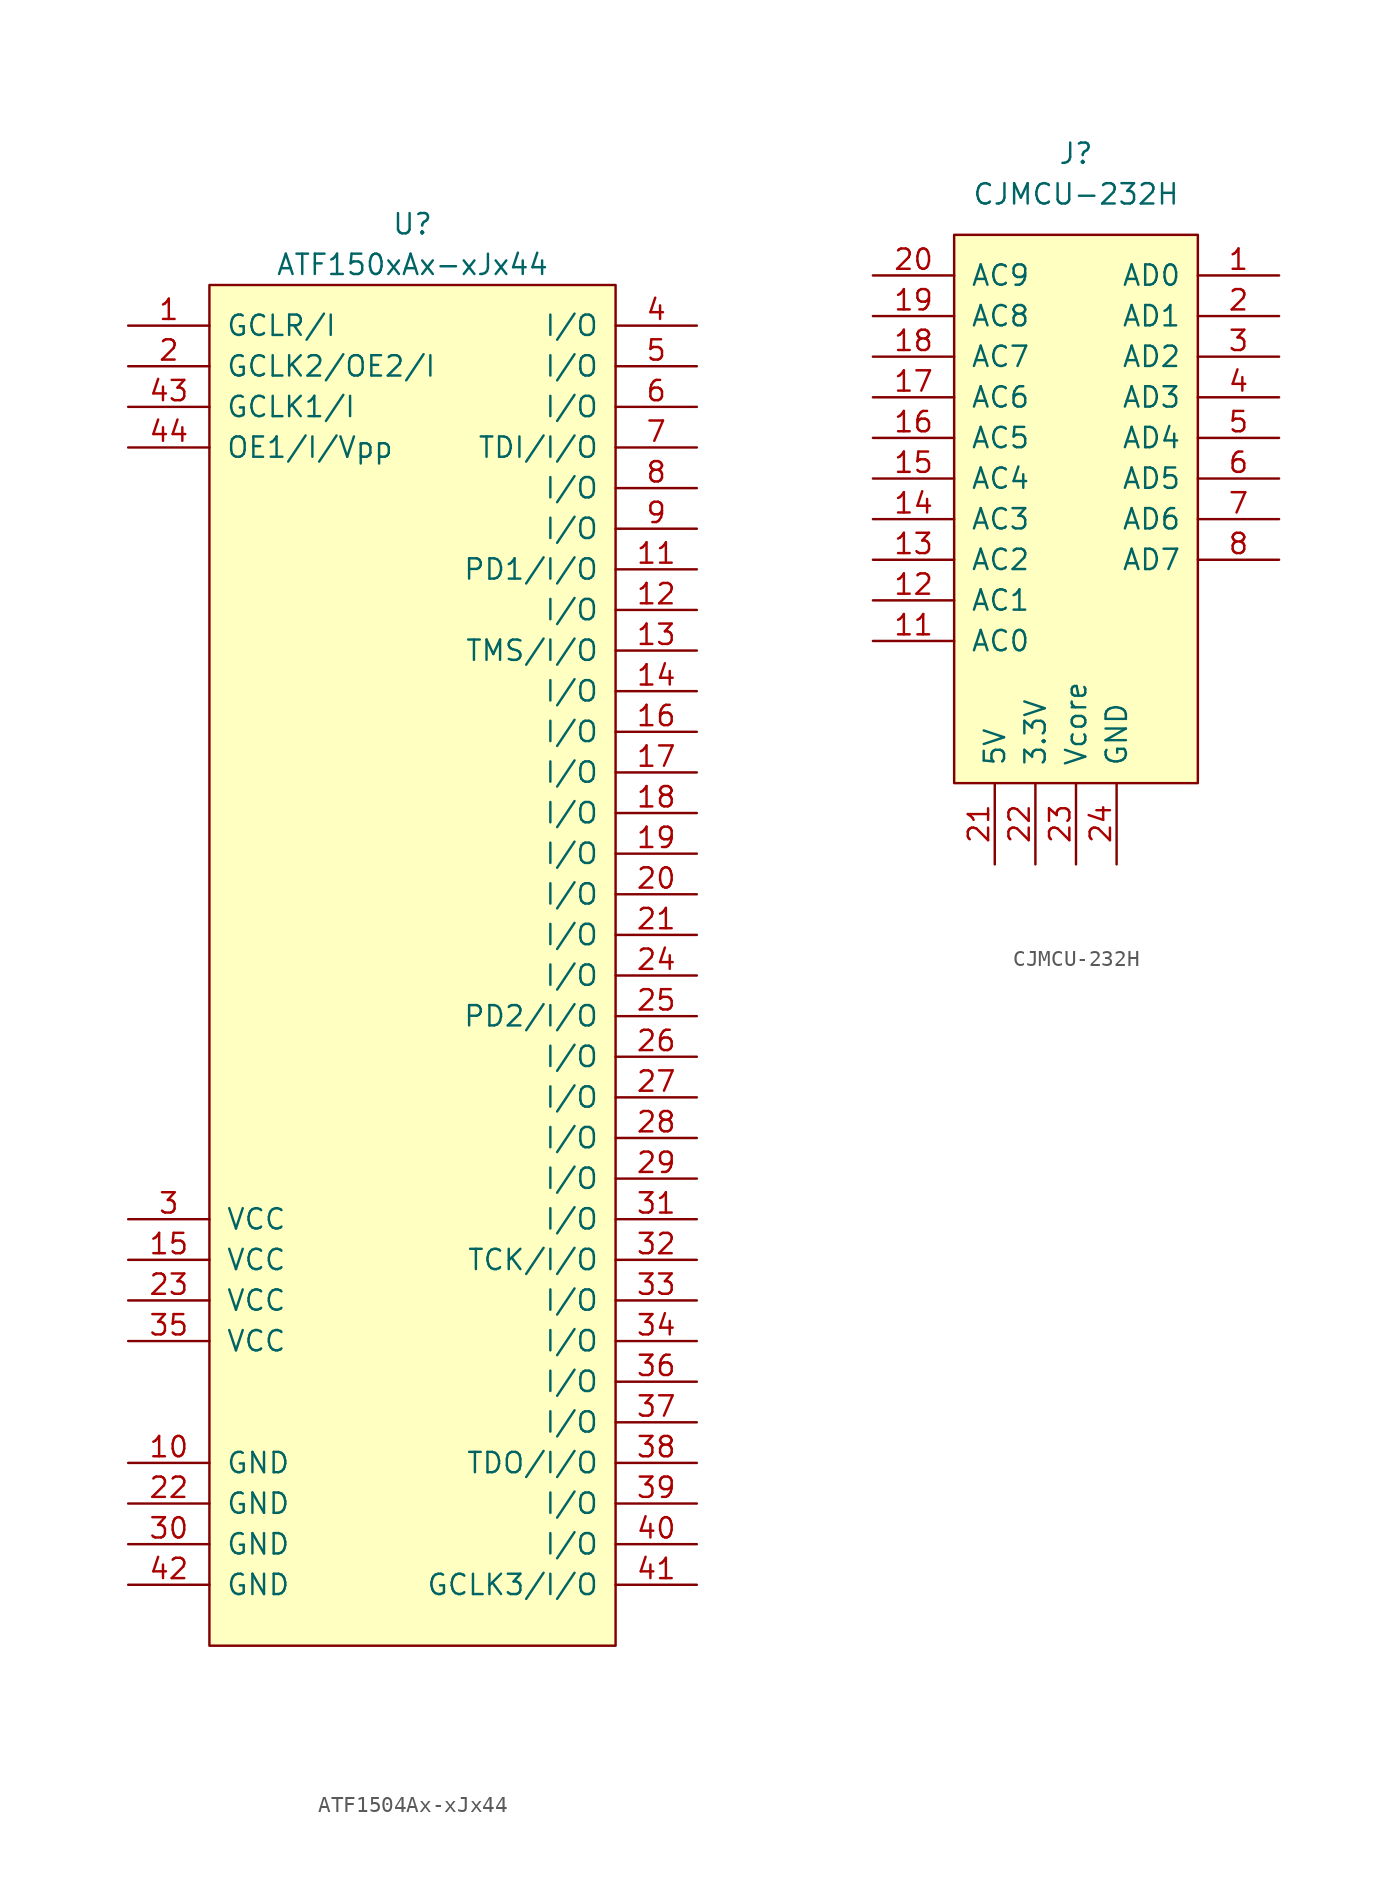
<source format=kicad_sym>
(kicad_symbol_lib
  (version 20231120)
  (generator "kicad_symbol_editor")
  (generator_version "8.0")
  (symbol "ATF1504Ax-xJx44"
    (pin_names
      (offset 1.016))
    (property "Reference" "U"
      (at 0 53.34 0)
      (effects (font (size 1.27 1.27))))
    (property "Value" "ATF150xAx-xJx44"
      (at 0 50.8 0)
      (effects (font (size 1.27 1.27))))
    (symbol "ATF1504Ax-xJx44_0_1"
      (rectangle (start 12.7 49.53) (end -12.7 -35.56) (stroke (width 0) (type solid)) (fill (type background))))
    (symbol "ATF1504Ax-xJx44_1_1"
      (pin input line (at -17.78 46.99 0) (length 5.08) (name "GCLR/I" (effects (font (size 1.27 1.27)))) (number "1" (effects (font (size 1.27 1.27)))))
      (pin power_in line (at -17.78 -24.13 0) (length 5.08) (name "GND" (effects (font (size 1.27 1.27)))) (number "10" (effects (font (size 1.27 1.27)))))
      (pin bidirectional line (at 17.78 31.75 180) (length 5.08) (name "PD1/I/O" (effects (font (size 1.27 1.27)))) (number "11" (effects (font (size 1.27 1.27)))))
      (pin bidirectional line (at 17.78 29.21 180) (length 5.08) (name "I/O" (effects (font (size 1.27 1.27)))) (number "12" (effects (font (size 1.27 1.27)))))
      (pin bidirectional line (at 17.78 26.67 180) (length 5.08) (name "TMS/I/O" (effects (font (size 1.27 1.27)))) (number "13" (effects (font (size 1.27 1.27)))))
      (pin bidirectional line (at 17.78 24.13 180) (length 5.08) (name "I/O" (effects (font (size 1.27 1.27)))) (number "14" (effects (font (size 1.27 1.27)))))
      (pin power_in line (at -17.78 -11.43 0) (length 5.08) (name "VCC" (effects (font (size 1.27 1.27)))) (number "15" (effects (font (size 1.27 1.27)))))
      (pin bidirectional line (at 17.78 21.59 180) (length 5.08) (name "I/O" (effects (font (size 1.27 1.27)))) (number "16" (effects (font (size 1.27 1.27)))))
      (pin bidirectional line (at 17.78 19.05 180) (length 5.08) (name "I/O" (effects (font (size 1.27 1.27)))) (number "17" (effects (font (size 1.27 1.27)))))
      (pin bidirectional line (at 17.78 16.51 180) (length 5.08) (name "I/O" (effects (font (size 1.27 1.27)))) (number "18" (effects (font (size 1.27 1.27)))))
      (pin bidirectional line (at 17.78 13.97 180) (length 5.08) (name "I/O" (effects (font (size 1.27 1.27)))) (number "19" (effects (font (size 1.27 1.27)))))
      (pin input line (at -17.78 44.45 0) (length 5.08) (name "GCLK2/OE2/I" (effects (font (size 1.27 1.27)))) (number "2" (effects (font (size 1.27 1.27)))))
      (pin bidirectional line (at 17.78 11.43 180) (length 5.08) (name "I/O" (effects (font (size 1.27 1.27)))) (number "20" (effects (font (size 1.27 1.27)))))
      (pin bidirectional line (at 17.78 8.89 180) (length 5.08) (name "I/O" (effects (font (size 1.27 1.27)))) (number "21" (effects (font (size 1.27 1.27)))))
      (pin power_in line (at -17.78 -26.67 0) (length 5.08) (name "GND" (effects (font (size 1.27 1.27)))) (number "22" (effects (font (size 1.27 1.27)))))
      (pin power_in line (at -17.78 -13.97 0) (length 5.08) (name "VCC" (effects (font (size 1.27 1.27)))) (number "23" (effects (font (size 1.27 1.27)))))
      (pin bidirectional line (at 17.78 6.35 180) (length 5.08) (name "I/O" (effects (font (size 1.27 1.27)))) (number "24" (effects (font (size 1.27 1.27)))))
      (pin bidirectional line (at 17.78 3.81 180) (length 5.08) (name "PD2/I/O" (effects (font (size 1.27 1.27)))) (number "25" (effects (font (size 1.27 1.27)))))
      (pin bidirectional line (at 17.78 1.27 180) (length 5.08) (name "I/O" (effects (font (size 1.27 1.27)))) (number "26" (effects (font (size 1.27 1.27)))))
      (pin bidirectional line (at 17.78 -1.27 180) (length 5.08) (name "I/O" (effects (font (size 1.27 1.27)))) (number "27" (effects (font (size 1.27 1.27)))))
      (pin bidirectional line (at 17.78 -3.81 180) (length 5.08) (name "I/O" (effects (font (size 1.27 1.27)))) (number "28" (effects (font (size 1.27 1.27)))))
      (pin bidirectional line (at 17.78 -6.35 180) (length 5.08) (name "I/O" (effects (font (size 1.27 1.27)))) (number "29" (effects (font (size 1.27 1.27)))))
      (pin power_in line (at -17.78 -8.89 0) (length 5.08) (name "VCC" (effects (font (size 1.27 1.27)))) (number "3" (effects (font (size 1.27 1.27)))))
      (pin power_in line (at -17.78 -29.21 0) (length 5.08) (name "GND" (effects (font (size 1.27 1.27)))) (number "30" (effects (font (size 1.27 1.27)))))
      (pin bidirectional line (at 17.78 -8.89 180) (length 5.08) (name "I/O" (effects (font (size 1.27 1.27)))) (number "31" (effects (font (size 1.27 1.27)))))
      (pin bidirectional line (at 17.78 -11.43 180) (length 5.08) (name "TCK/I/O" (effects (font (size 1.27 1.27)))) (number "32" (effects (font (size 1.27 1.27)))))
      (pin bidirectional line (at 17.78 -13.97 180) (length 5.08) (name "I/O" (effects (font (size 1.27 1.27)))) (number "33" (effects (font (size 1.27 1.27)))))
      (pin bidirectional line (at 17.78 -16.51 180) (length 5.08) (name "I/O" (effects (font (size 1.27 1.27)))) (number "34" (effects (font (size 1.27 1.27)))))
      (pin power_in line (at -17.78 -16.51 0) (length 5.08) (name "VCC" (effects (font (size 1.27 1.27)))) (number "35" (effects (font (size 1.27 1.27)))))
      (pin bidirectional line (at 17.78 -19.05 180) (length 5.08) (name "I/O" (effects (font (size 1.27 1.27)))) (number "36" (effects (font (size 1.27 1.27)))))
      (pin bidirectional line (at 17.78 -21.59 180) (length 5.08) (name "I/O" (effects (font (size 1.27 1.27)))) (number "37" (effects (font (size 1.27 1.27)))))
      (pin bidirectional line (at 17.78 -24.13 180) (length 5.08) (name "TDO/I/O" (effects (font (size 1.27 1.27)))) (number "38" (effects (font (size 1.27 1.27)))))
      (pin bidirectional line (at 17.78 -26.67 180) (length 5.08) (name "I/O" (effects (font (size 1.27 1.27)))) (number "39" (effects (font (size 1.27 1.27)))))
      (pin bidirectional line (at 17.78 46.99 180) (length 5.08) (name "I/O" (effects (font (size 1.27 1.27)))) (number "4" (effects (font (size 1.27 1.27)))))
      (pin bidirectional line (at 17.78 -29.21 180) (length 5.08) (name "I/O" (effects (font (size 1.27 1.27)))) (number "40" (effects (font (size 1.27 1.27)))))
      (pin bidirectional line (at 17.78 -31.75 180) (length 5.08) (name "GCLK3/I/O" (effects (font (size 1.27 1.27)))) (number "41" (effects (font (size 1.27 1.27)))))
      (pin power_in line (at -17.78 -31.75 0) (length 5.08) (name "GND" (effects (font (size 1.27 1.27)))) (number "42" (effects (font (size 1.27 1.27)))))
      (pin input line (at -17.78 41.91 0) (length 5.08) (name "GCLK1/I" (effects (font (size 1.27 1.27)))) (number "43" (effects (font (size 1.27 1.27)))))
      (pin input line (at -17.78 39.37 0) (length 5.08) (name "OE1/I/Vpp" (effects (font (size 1.27 1.27)))) (number "44" (effects (font (size 1.27 1.27)))))
      (pin bidirectional line (at 17.78 44.45 180) (length 5.08) (name "I/O" (effects (font (size 1.27 1.27)))) (number "5" (effects (font (size 1.27 1.27)))))
      (pin bidirectional line (at 17.78 41.91 180) (length 5.08) (name "I/O" (effects (font (size 1.27 1.27)))) (number "6" (effects (font (size 1.27 1.27)))))
      (pin bidirectional line (at 17.78 39.37 180) (length 5.08) (name "TDI/I/O" (effects (font (size 1.27 1.27)))) (number "7" (effects (font (size 1.27 1.27)))))
      (pin bidirectional line (at 17.78 36.83 180) (length 5.08) (name "I/O" (effects (font (size 1.27 1.27)))) (number "8" (effects (font (size 1.27 1.27)))))
      (pin bidirectional line (at 17.78 34.29 180) (length 5.08) (name "I/O" (effects (font (size 1.27 1.27)))) (number "9" (effects (font (size 1.27 1.27)))))))
  (symbol "CJMCU-232H"
    (pin_names
      (offset 1.016))
    (property "Reference" "J"
      (at 0 10.16 0)
      (effects (font (size 1.27 1.27))))
    (property "Value" "CJMCU-232H"
      (at 0 7.62 0)
      (effects (font (size 1.27 1.27))))
    (symbol "CJMCU-232H_1_1"
      (rectangle (start -7.62 5.08) (end 7.62 -29.21) (stroke (width 0) (type solid)) (fill (type background)))
      (pin bidirectional line (at 12.7 2.54 180) (length 5.08) (name "AD0" (effects (font (size 1.27 1.27)))) (number "1" (effects (font (size 1.27 1.27)))))
      (pin passive line (at 2.54 -34.29 90) (length 5.08) hide (name "GND" (effects (font (size 1.27 1.27)))) (number "10" (effects (font (size 1.27 1.27)))))
      (pin bidirectional line (at -12.7 -20.32 0) (length 5.08) (name "AC0" (effects (font (size 1.27 1.27)))) (number "11" (effects (font (size 1.27 1.27)))))
      (pin bidirectional line (at -12.7 -17.78 0) (length 5.08) (name "AC1" (effects (font (size 1.27 1.27)))) (number "12" (effects (font (size 1.27 1.27)))))
      (pin bidirectional line (at -12.7 -15.24 0) (length 5.08) (name "AC2" (effects (font (size 1.27 1.27)))) (number "13" (effects (font (size 1.27 1.27)))))
      (pin bidirectional line (at -12.7 -12.7 0) (length 5.08) (name "AC3" (effects (font (size 1.27 1.27)))) (number "14" (effects (font (size 1.27 1.27)))))
      (pin bidirectional line (at -12.7 -10.16 0) (length 5.08) (name "AC4" (effects (font (size 1.27 1.27)))) (number "15" (effects (font (size 1.27 1.27)))))
      (pin bidirectional line (at -12.7 -7.62 0) (length 5.08) (name "AC5" (effects (font (size 1.27 1.27)))) (number "16" (effects (font (size 1.27 1.27)))))
      (pin bidirectional line (at -12.7 -5.08 0) (length 5.08) (name "AC6" (effects (font (size 1.27 1.27)))) (number "17" (effects (font (size 1.27 1.27)))))
      (pin bidirectional line (at -12.7 -2.54 0) (length 5.08) (name "AC7" (effects (font (size 1.27 1.27)))) (number "18" (effects (font (size 1.27 1.27)))))
      (pin bidirectional line (at -12.7 0 0) (length 5.08) (name "AC8" (effects (font (size 1.27 1.27)))) (number "19" (effects (font (size 1.27 1.27)))))
      (pin bidirectional line (at 12.7 0 180) (length 5.08) (name "AD1" (effects (font (size 1.27 1.27)))) (number "2" (effects (font (size 1.27 1.27)))))
      (pin bidirectional line (at -12.7 2.54 0) (length 5.08) (name "AC9" (effects (font (size 1.27 1.27)))) (number "20" (effects (font (size 1.27 1.27)))))
      (pin power_out line (at -5.08 -34.29 90) (length 5.08) (name "5V" (effects (font (size 1.27 1.27)))) (number "21" (effects (font (size 1.27 1.27)))))
      (pin power_out line (at -2.54 -34.29 90) (length 5.08) (name "3.3V" (effects (font (size 1.27 1.27)))) (number "22" (effects (font (size 1.27 1.27)))))
      (pin power_out line (at 0 -34.29 90) (length 5.08) (name "Vcore" (effects (font (size 1.27 1.27)))) (number "23" (effects (font (size 1.27 1.27)))))
      (pin power_out line (at 2.54 -34.29 90) (length 5.08) (name "GND" (effects (font (size 1.27 1.27)))) (number "24" (effects (font (size 1.27 1.27)))))
      (pin bidirectional line (at 12.7 -2.54 180) (length 5.08) (name "AD2" (effects (font (size 1.27 1.27)))) (number "3" (effects (font (size 1.27 1.27)))))
      (pin bidirectional line (at 12.7 -5.08 180) (length 5.08) (name "AD3" (effects (font (size 1.27 1.27)))) (number "4" (effects (font (size 1.27 1.27)))))
      (pin bidirectional line (at 12.7 -7.62 180) (length 5.08) (name "AD4" (effects (font (size 1.27 1.27)))) (number "5" (effects (font (size 1.27 1.27)))))
      (pin bidirectional line (at 12.7 -10.16 180) (length 5.08) (name "AD5" (effects (font (size 1.27 1.27)))) (number "6" (effects (font (size 1.27 1.27)))))
      (pin bidirectional line (at 12.7 -12.7 180) (length 5.08) (name "AD6" (effects (font (size 1.27 1.27)))) (number "7" (effects (font (size 1.27 1.27)))))
      (pin bidirectional line (at 12.7 -15.24 180) (length 5.08) (name "AD7" (effects (font (size 1.27 1.27)))) (number "8" (effects (font (size 1.27 1.27)))))
      (pin passive line (at -5.08 -34.29 90) (length 5.08) hide (name "5V" (effects (font (size 1.27 1.27)))) (number "9" (effects (font (size 1.27 1.27))))))))
</source>
